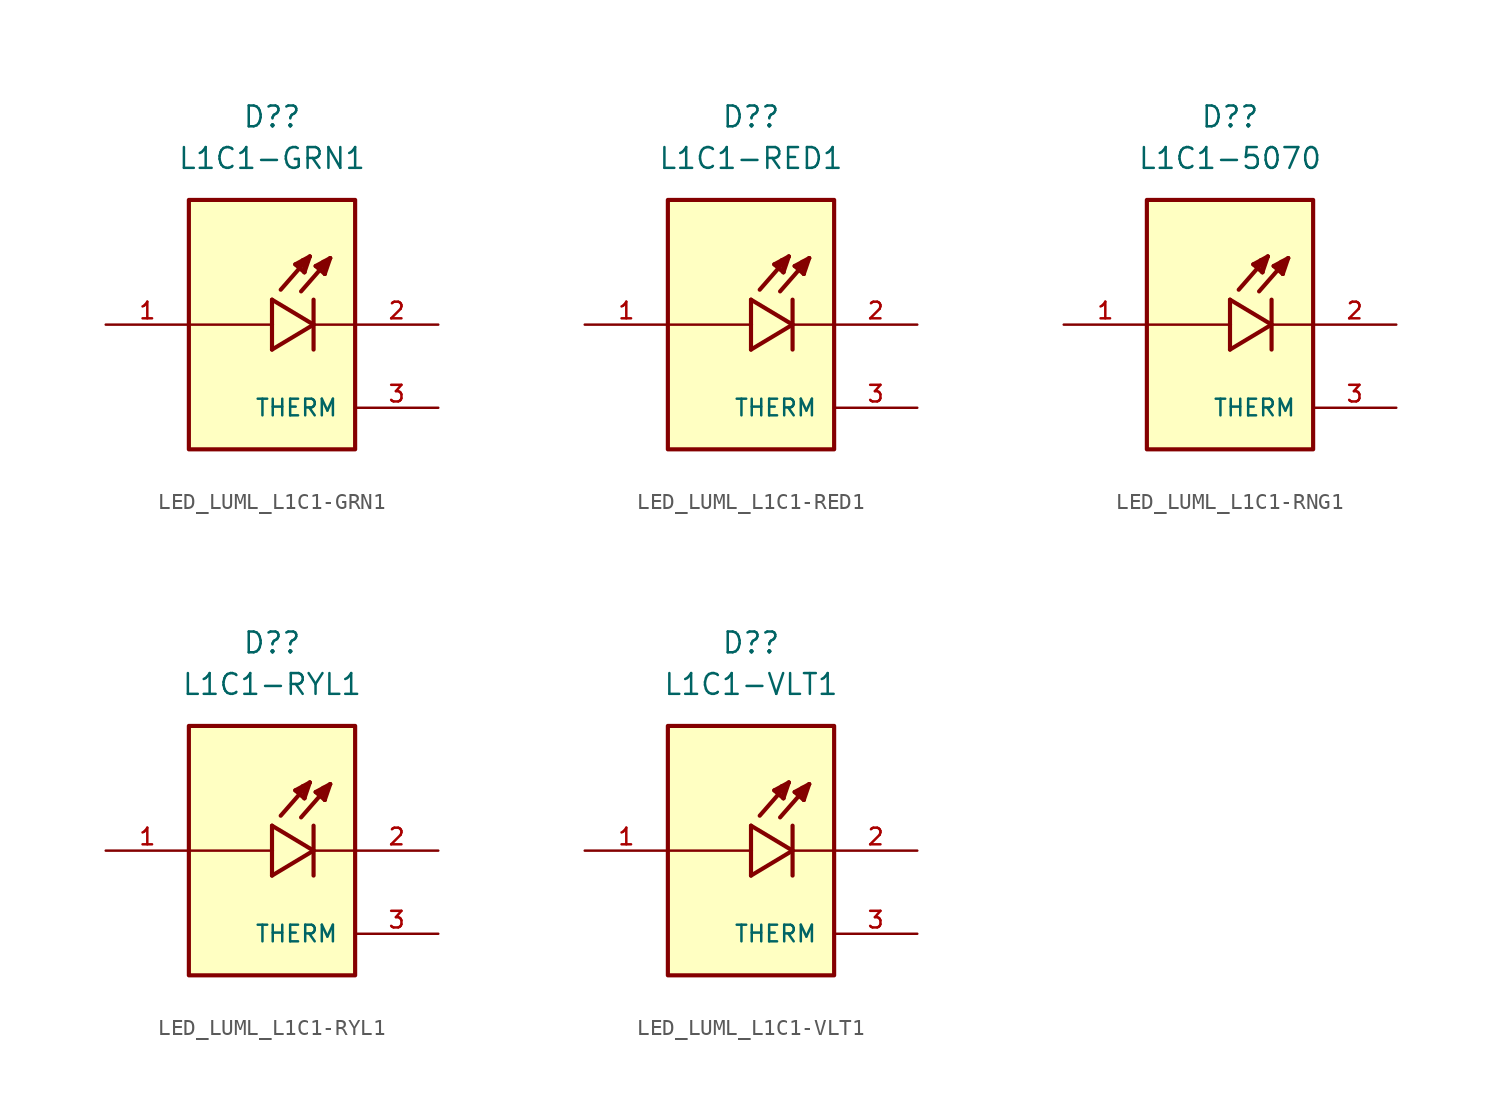
<source format=kicad_sym>
(kicad_symbol_lib
  (version 20231120)
  (generator "kicad_symbol_editor")
  (generator_version "8.0")
  (symbol "LED_LUML_L1C1-GRN1"
    (pin_names
      (offset 1.016))
    (property "Reference" "D?"
      (at 0 12.7 0)
      (effects (font (size 1.27 1.27))))
    (property "Value" "L1C1-GRN1"
      (at 0 10.16 0)
      (effects (font (size 1.27 1.27))))
    (symbol "LED_LUML_L1C1-GRN1_0_0"
      (rectangle (start -5.08 -7.62) (end 5.08 7.62) (stroke (width 0.254) (type default)) (fill (type background)))
      (polyline (pts (xy 0 -1.524) (xy 2.54 0)) (stroke (width 0.254) (type default)) (fill (type none)))
      (polyline (pts (xy 0 0) (xy -5.08 0)) (stroke (width 0.152) (type default)) (fill (type none)))
      (polyline (pts (xy 0 0) (xy 0 -1.524)) (stroke (width 0.254) (type default)) (fill (type none)))
      (polyline (pts (xy 0 1.524) (xy 0 0)) (stroke (width 0.254) (type default)) (fill (type none)))
      (polyline (pts (xy 1.422 3.683) (xy 2.311 4.166)) (stroke (width 0.254) (type default)) (fill (type none)))
      (polyline (pts (xy 1.6 3.607) (xy 1.829 3.759)) (stroke (width 0.254) (type default)) (fill (type none)))
      (polyline (pts (xy 1.981 3.2) (xy 1.422 3.683)) (stroke (width 0.254) (type default)) (fill (type none)))
      (polyline (pts (xy 1.981 3.2) (xy 2.007 3.937)) (stroke (width 0.254) (type default)) (fill (type none)))
      (polyline (pts (xy 2.007 3.937) (xy 1.88 3.937)) (stroke (width 0.254) (type default)) (fill (type none)))
      (polyline (pts (xy 2.311 4.166) (xy 0.533 2.134)) (stroke (width 0.254) (type default)) (fill (type none)))
      (polyline (pts (xy 2.311 4.166) (xy 1.981 3.2)) (stroke (width 0.254) (type default)) (fill (type none)))
      (polyline (pts (xy 2.54 0) (xy 0 1.524)) (stroke (width 0.254) (type default)) (fill (type none)))
      (polyline (pts (xy 2.54 0) (xy 2.54 -1.524)) (stroke (width 0.254) (type default)) (fill (type none)))
      (polyline (pts (xy 2.54 1.524) (xy 2.54 0)) (stroke (width 0.254) (type default)) (fill (type none)))
      (polyline (pts (xy 2.667 3.581) (xy 3.556 4.064)) (stroke (width 0.254) (type default)) (fill (type none)))
      (polyline (pts (xy 2.845 3.505) (xy 3.073 3.658)) (stroke (width 0.254) (type default)) (fill (type none)))
      (polyline (pts (xy 3.226 3.099) (xy 2.667 3.581)) (stroke (width 0.254) (type default)) (fill (type none)))
      (polyline (pts (xy 3.226 3.099) (xy 3.251 3.835)) (stroke (width 0.254) (type default)) (fill (type none)))
      (polyline (pts (xy 3.251 3.835) (xy 3.124 3.835)) (stroke (width 0.254) (type default)) (fill (type none)))
      (polyline (pts (xy 3.556 4.064) (xy 1.778 2.032)) (stroke (width 0.254) (type default)) (fill (type none)))
      (polyline (pts (xy 3.556 4.064) (xy 3.226 3.099)) (stroke (width 0.254) (type default)) (fill (type none)))
      (polyline (pts (xy 5.08 0) (xy 2.54 0)) (stroke (width 0.152) (type default)) (fill (type none)))
      (pin passive line (at 10.16 -5.08 180) (length 5.08) (name "THERM" (effects (font (size 1.016 1.016)))) (number "3" (effects (font (size 1.016 1.016))))))
    (symbol "LED_LUML_L1C1-GRN1_1_0"
      (pin passive line (at -10.16 0 0) (length 5.08) (name "~" (effects (font (size 1.016 1.016)))) (number "1" (effects (font (size 1.016 1.016)))))
      (pin passive line (at 10.16 0 180) (length 5.08) (name "~" (effects (font (size 1.016 1.016)))) (number "2" (effects (font (size 1.016 1.016)))))))
  (symbol "LED_LUML_L1C1-RED1"
    (pin_names
      (offset 1.016))
    (property "Reference" "D?"
      (at 0 12.7 0)
      (effects (font (size 1.27 1.27))))
    (property "Value" "L1C1-RED1"
      (at 0 10.16 0)
      (effects (font (size 1.27 1.27))))
    (symbol "LED_LUML_L1C1-RED1_0_0"
      (rectangle (start -5.08 -7.62) (end 5.08 7.62) (stroke (width 0.254) (type default)) (fill (type background)))
      (polyline (pts (xy 0 -1.524) (xy 2.54 0)) (stroke (width 0.254) (type default)) (fill (type none)))
      (polyline (pts (xy 0 0) (xy -5.08 0)) (stroke (width 0.152) (type default)) (fill (type none)))
      (polyline (pts (xy 0 0) (xy 0 -1.524)) (stroke (width 0.254) (type default)) (fill (type none)))
      (polyline (pts (xy 0 1.524) (xy 0 0)) (stroke (width 0.254) (type default)) (fill (type none)))
      (polyline (pts (xy 1.422 3.683) (xy 2.311 4.166)) (stroke (width 0.254) (type default)) (fill (type none)))
      (polyline (pts (xy 1.6 3.607) (xy 1.829 3.759)) (stroke (width 0.254) (type default)) (fill (type none)))
      (polyline (pts (xy 1.981 3.2) (xy 1.422 3.683)) (stroke (width 0.254) (type default)) (fill (type none)))
      (polyline (pts (xy 1.981 3.2) (xy 2.007 3.937)) (stroke (width 0.254) (type default)) (fill (type none)))
      (polyline (pts (xy 2.007 3.937) (xy 1.88 3.937)) (stroke (width 0.254) (type default)) (fill (type none)))
      (polyline (pts (xy 2.311 4.166) (xy 0.533 2.134)) (stroke (width 0.254) (type default)) (fill (type none)))
      (polyline (pts (xy 2.311 4.166) (xy 1.981 3.2)) (stroke (width 0.254) (type default)) (fill (type none)))
      (polyline (pts (xy 2.54 0) (xy 0 1.524)) (stroke (width 0.254) (type default)) (fill (type none)))
      (polyline (pts (xy 2.54 0) (xy 2.54 -1.524)) (stroke (width 0.254) (type default)) (fill (type none)))
      (polyline (pts (xy 2.54 1.524) (xy 2.54 0)) (stroke (width 0.254) (type default)) (fill (type none)))
      (polyline (pts (xy 2.667 3.581) (xy 3.556 4.064)) (stroke (width 0.254) (type default)) (fill (type none)))
      (polyline (pts (xy 2.845 3.505) (xy 3.073 3.658)) (stroke (width 0.254) (type default)) (fill (type none)))
      (polyline (pts (xy 3.226 3.099) (xy 2.667 3.581)) (stroke (width 0.254) (type default)) (fill (type none)))
      (polyline (pts (xy 3.226 3.099) (xy 3.251 3.835)) (stroke (width 0.254) (type default)) (fill (type none)))
      (polyline (pts (xy 3.251 3.835) (xy 3.124 3.835)) (stroke (width 0.254) (type default)) (fill (type none)))
      (polyline (pts (xy 3.556 4.064) (xy 1.778 2.032)) (stroke (width 0.254) (type default)) (fill (type none)))
      (polyline (pts (xy 3.556 4.064) (xy 3.226 3.099)) (stroke (width 0.254) (type default)) (fill (type none)))
      (polyline (pts (xy 5.08 0) (xy 2.54 0)) (stroke (width 0.152) (type default)) (fill (type none)))
      (pin passive line (at 10.16 -5.08 180) (length 5.08) (name "THERM" (effects (font (size 1.016 1.016)))) (number "3" (effects (font (size 1.016 1.016))))))
    (symbol "LED_LUML_L1C1-RED1_1_0"
      (pin passive line (at -10.16 0 0) (length 5.08) (name "~" (effects (font (size 1.016 1.016)))) (number "1" (effects (font (size 1.016 1.016)))))
      (pin passive line (at 10.16 0 180) (length 5.08) (name "~" (effects (font (size 1.016 1.016)))) (number "2" (effects (font (size 1.016 1.016)))))))
  (symbol "LED_LUML_L1C1-RNG1"
    (pin_names
      (offset 1.016))
    (property "Reference" "D?"
      (at 0 12.7 0)
      (effects (font (size 1.27 1.27))))
    (property "Value" "L1C1-5070"
      (at 0 10.16 0)
      (effects (font (size 1.27 1.27))))
    (symbol "LED_LUML_L1C1-RNG1_0_0"
      (rectangle (start -5.08 -7.62) (end 5.08 7.62) (stroke (width 0.254) (type default)) (fill (type background)))
      (polyline (pts (xy 0 -1.524) (xy 2.54 0)) (stroke (width 0.254) (type default)) (fill (type none)))
      (polyline (pts (xy 0 0) (xy -5.08 0)) (stroke (width 0.152) (type default)) (fill (type none)))
      (polyline (pts (xy 0 0) (xy 0 -1.524)) (stroke (width 0.254) (type default)) (fill (type none)))
      (polyline (pts (xy 0 1.524) (xy 0 0)) (stroke (width 0.254) (type default)) (fill (type none)))
      (polyline (pts (xy 1.422 3.683) (xy 2.311 4.166)) (stroke (width 0.254) (type default)) (fill (type none)))
      (polyline (pts (xy 1.6 3.607) (xy 1.829 3.759)) (stroke (width 0.254) (type default)) (fill (type none)))
      (polyline (pts (xy 1.981 3.2) (xy 1.422 3.683)) (stroke (width 0.254) (type default)) (fill (type none)))
      (polyline (pts (xy 1.981 3.2) (xy 2.007 3.937)) (stroke (width 0.254) (type default)) (fill (type none)))
      (polyline (pts (xy 2.007 3.937) (xy 1.88 3.937)) (stroke (width 0.254) (type default)) (fill (type none)))
      (polyline (pts (xy 2.311 4.166) (xy 0.533 2.134)) (stroke (width 0.254) (type default)) (fill (type none)))
      (polyline (pts (xy 2.311 4.166) (xy 1.981 3.2)) (stroke (width 0.254) (type default)) (fill (type none)))
      (polyline (pts (xy 2.54 0) (xy 0 1.524)) (stroke (width 0.254) (type default)) (fill (type none)))
      (polyline (pts (xy 2.54 0) (xy 2.54 -1.524)) (stroke (width 0.254) (type default)) (fill (type none)))
      (polyline (pts (xy 2.54 1.524) (xy 2.54 0)) (stroke (width 0.254) (type default)) (fill (type none)))
      (polyline (pts (xy 2.667 3.581) (xy 3.556 4.064)) (stroke (width 0.254) (type default)) (fill (type none)))
      (polyline (pts (xy 2.845 3.505) (xy 3.073 3.658)) (stroke (width 0.254) (type default)) (fill (type none)))
      (polyline (pts (xy 3.226 3.099) (xy 2.667 3.581)) (stroke (width 0.254) (type default)) (fill (type none)))
      (polyline (pts (xy 3.226 3.099) (xy 3.251 3.835)) (stroke (width 0.254) (type default)) (fill (type none)))
      (polyline (pts (xy 3.251 3.835) (xy 3.124 3.835)) (stroke (width 0.254) (type default)) (fill (type none)))
      (polyline (pts (xy 3.556 4.064) (xy 1.778 2.032)) (stroke (width 0.254) (type default)) (fill (type none)))
      (polyline (pts (xy 3.556 4.064) (xy 3.226 3.099)) (stroke (width 0.254) (type default)) (fill (type none)))
      (polyline (pts (xy 5.08 0) (xy 2.54 0)) (stroke (width 0.152) (type default)) (fill (type none)))
      (pin passive line (at 10.16 -5.08 180) (length 5.08) (name "THERM" (effects (font (size 1.016 1.016)))) (number "3" (effects (font (size 1.016 1.016))))))
    (symbol "LED_LUML_L1C1-RNG1_1_0"
      (pin passive line (at -10.16 0 0) (length 5.08) (name "~" (effects (font (size 1.016 1.016)))) (number "1" (effects (font (size 1.016 1.016)))))
      (pin passive line (at 10.16 0 180) (length 5.08) (name "~" (effects (font (size 1.016 1.016)))) (number "2" (effects (font (size 1.016 1.016)))))))
  (symbol "LED_LUML_L1C1-RYL1"
    (pin_names
      (offset 1.016))
    (property "Reference" "D?"
      (at 0 12.7 0)
      (effects (font (size 1.27 1.27))))
    (property "Value" "L1C1-RYL1"
      (at 0 10.16 0)
      (effects (font (size 1.27 1.27))))
    (symbol "LED_LUML_L1C1-RYL1_0_0"
      (rectangle (start -5.08 -7.62) (end 5.08 7.62) (stroke (width 0.254) (type default)) (fill (type background)))
      (polyline (pts (xy 0 -1.524) (xy 2.54 0)) (stroke (width 0.254) (type default)) (fill (type none)))
      (polyline (pts (xy 0 0) (xy -5.08 0)) (stroke (width 0.152) (type default)) (fill (type none)))
      (polyline (pts (xy 0 0) (xy 0 -1.524)) (stroke (width 0.254) (type default)) (fill (type none)))
      (polyline (pts (xy 0 1.524) (xy 0 0)) (stroke (width 0.254) (type default)) (fill (type none)))
      (polyline (pts (xy 1.422 3.683) (xy 2.311 4.166)) (stroke (width 0.254) (type default)) (fill (type none)))
      (polyline (pts (xy 1.6 3.607) (xy 1.829 3.759)) (stroke (width 0.254) (type default)) (fill (type none)))
      (polyline (pts (xy 1.981 3.2) (xy 1.422 3.683)) (stroke (width 0.254) (type default)) (fill (type none)))
      (polyline (pts (xy 1.981 3.2) (xy 2.007 3.937)) (stroke (width 0.254) (type default)) (fill (type none)))
      (polyline (pts (xy 2.007 3.937) (xy 1.88 3.937)) (stroke (width 0.254) (type default)) (fill (type none)))
      (polyline (pts (xy 2.311 4.166) (xy 0.533 2.134)) (stroke (width 0.254) (type default)) (fill (type none)))
      (polyline (pts (xy 2.311 4.166) (xy 1.981 3.2)) (stroke (width 0.254) (type default)) (fill (type none)))
      (polyline (pts (xy 2.54 0) (xy 0 1.524)) (stroke (width 0.254) (type default)) (fill (type none)))
      (polyline (pts (xy 2.54 0) (xy 2.54 -1.524)) (stroke (width 0.254) (type default)) (fill (type none)))
      (polyline (pts (xy 2.54 1.524) (xy 2.54 0)) (stroke (width 0.254) (type default)) (fill (type none)))
      (polyline (pts (xy 2.667 3.581) (xy 3.556 4.064)) (stroke (width 0.254) (type default)) (fill (type none)))
      (polyline (pts (xy 2.845 3.505) (xy 3.073 3.658)) (stroke (width 0.254) (type default)) (fill (type none)))
      (polyline (pts (xy 3.226 3.099) (xy 2.667 3.581)) (stroke (width 0.254) (type default)) (fill (type none)))
      (polyline (pts (xy 3.226 3.099) (xy 3.251 3.835)) (stroke (width 0.254) (type default)) (fill (type none)))
      (polyline (pts (xy 3.251 3.835) (xy 3.124 3.835)) (stroke (width 0.254) (type default)) (fill (type none)))
      (polyline (pts (xy 3.556 4.064) (xy 1.778 2.032)) (stroke (width 0.254) (type default)) (fill (type none)))
      (polyline (pts (xy 3.556 4.064) (xy 3.226 3.099)) (stroke (width 0.254) (type default)) (fill (type none)))
      (polyline (pts (xy 5.08 0) (xy 2.54 0)) (stroke (width 0.152) (type default)) (fill (type none)))
      (pin passive line (at 10.16 -5.08 180) (length 5.08) (name "THERM" (effects (font (size 1.016 1.016)))) (number "3" (effects (font (size 1.016 1.016))))))
    (symbol "LED_LUML_L1C1-RYL1_1_0"
      (pin passive line (at -10.16 0 0) (length 5.08) (name "~" (effects (font (size 1.016 1.016)))) (number "1" (effects (font (size 1.016 1.016)))))
      (pin passive line (at 10.16 0 180) (length 5.08) (name "~" (effects (font (size 1.016 1.016)))) (number "2" (effects (font (size 1.016 1.016)))))))
  (symbol "LED_LUML_L1C1-VLT1"
    (pin_names
      (offset 1.016))
    (property "Reference" "D?"
      (at 0 12.7 0)
      (effects (font (size 1.27 1.27))))
    (property "Value" "L1C1-VLT1"
      (at 0 10.16 0)
      (effects (font (size 1.27 1.27))))
    (symbol "LED_LUML_L1C1-VLT1_0_0"
      (rectangle (start -5.08 -7.62) (end 5.08 7.62) (stroke (width 0.254) (type default)) (fill (type background)))
      (polyline (pts (xy 0 -1.524) (xy 2.54 0)) (stroke (width 0.254) (type default)) (fill (type none)))
      (polyline (pts (xy 0 0) (xy -5.08 0)) (stroke (width 0.152) (type default)) (fill (type none)))
      (polyline (pts (xy 0 0) (xy 0 -1.524)) (stroke (width 0.254) (type default)) (fill (type none)))
      (polyline (pts (xy 0 1.524) (xy 0 0)) (stroke (width 0.254) (type default)) (fill (type none)))
      (polyline (pts (xy 1.422 3.683) (xy 2.311 4.166)) (stroke (width 0.254) (type default)) (fill (type none)))
      (polyline (pts (xy 1.6 3.607) (xy 1.829 3.759)) (stroke (width 0.254) (type default)) (fill (type none)))
      (polyline (pts (xy 1.981 3.2) (xy 1.422 3.683)) (stroke (width 0.254) (type default)) (fill (type none)))
      (polyline (pts (xy 1.981 3.2) (xy 2.007 3.937)) (stroke (width 0.254) (type default)) (fill (type none)))
      (polyline (pts (xy 2.007 3.937) (xy 1.88 3.937)) (stroke (width 0.254) (type default)) (fill (type none)))
      (polyline (pts (xy 2.311 4.166) (xy 0.533 2.134)) (stroke (width 0.254) (type default)) (fill (type none)))
      (polyline (pts (xy 2.311 4.166) (xy 1.981 3.2)) (stroke (width 0.254) (type default)) (fill (type none)))
      (polyline (pts (xy 2.54 0) (xy 0 1.524)) (stroke (width 0.254) (type default)) (fill (type none)))
      (polyline (pts (xy 2.54 0) (xy 2.54 -1.524)) (stroke (width 0.254) (type default)) (fill (type none)))
      (polyline (pts (xy 2.54 1.524) (xy 2.54 0)) (stroke (width 0.254) (type default)) (fill (type none)))
      (polyline (pts (xy 2.667 3.581) (xy 3.556 4.064)) (stroke (width 0.254) (type default)) (fill (type none)))
      (polyline (pts (xy 2.845 3.505) (xy 3.073 3.658)) (stroke (width 0.254) (type default)) (fill (type none)))
      (polyline (pts (xy 3.226 3.099) (xy 2.667 3.581)) (stroke (width 0.254) (type default)) (fill (type none)))
      (polyline (pts (xy 3.226 3.099) (xy 3.251 3.835)) (stroke (width 0.254) (type default)) (fill (type none)))
      (polyline (pts (xy 3.251 3.835) (xy 3.124 3.835)) (stroke (width 0.254) (type default)) (fill (type none)))
      (polyline (pts (xy 3.556 4.064) (xy 1.778 2.032)) (stroke (width 0.254) (type default)) (fill (type none)))
      (polyline (pts (xy 3.556 4.064) (xy 3.226 3.099)) (stroke (width 0.254) (type default)) (fill (type none)))
      (polyline (pts (xy 5.08 0) (xy 2.54 0)) (stroke (width 0.152) (type default)) (fill (type none)))
      (pin passive line (at 10.16 -5.08 180) (length 5.08) (name "THERM" (effects (font (size 1.016 1.016)))) (number "3" (effects (font (size 1.016 1.016))))))
    (symbol "LED_LUML_L1C1-VLT1_1_0"
      (pin passive line (at -10.16 0 0) (length 5.08) (name "~" (effects (font (size 1.016 1.016)))) (number "1" (effects (font (size 1.016 1.016)))))
      (pin passive line (at 10.16 0 180) (length 5.08) (name "~" (effects (font (size 1.016 1.016)))) (number "2" (effects (font (size 1.016 1.016))))))))
</source>
